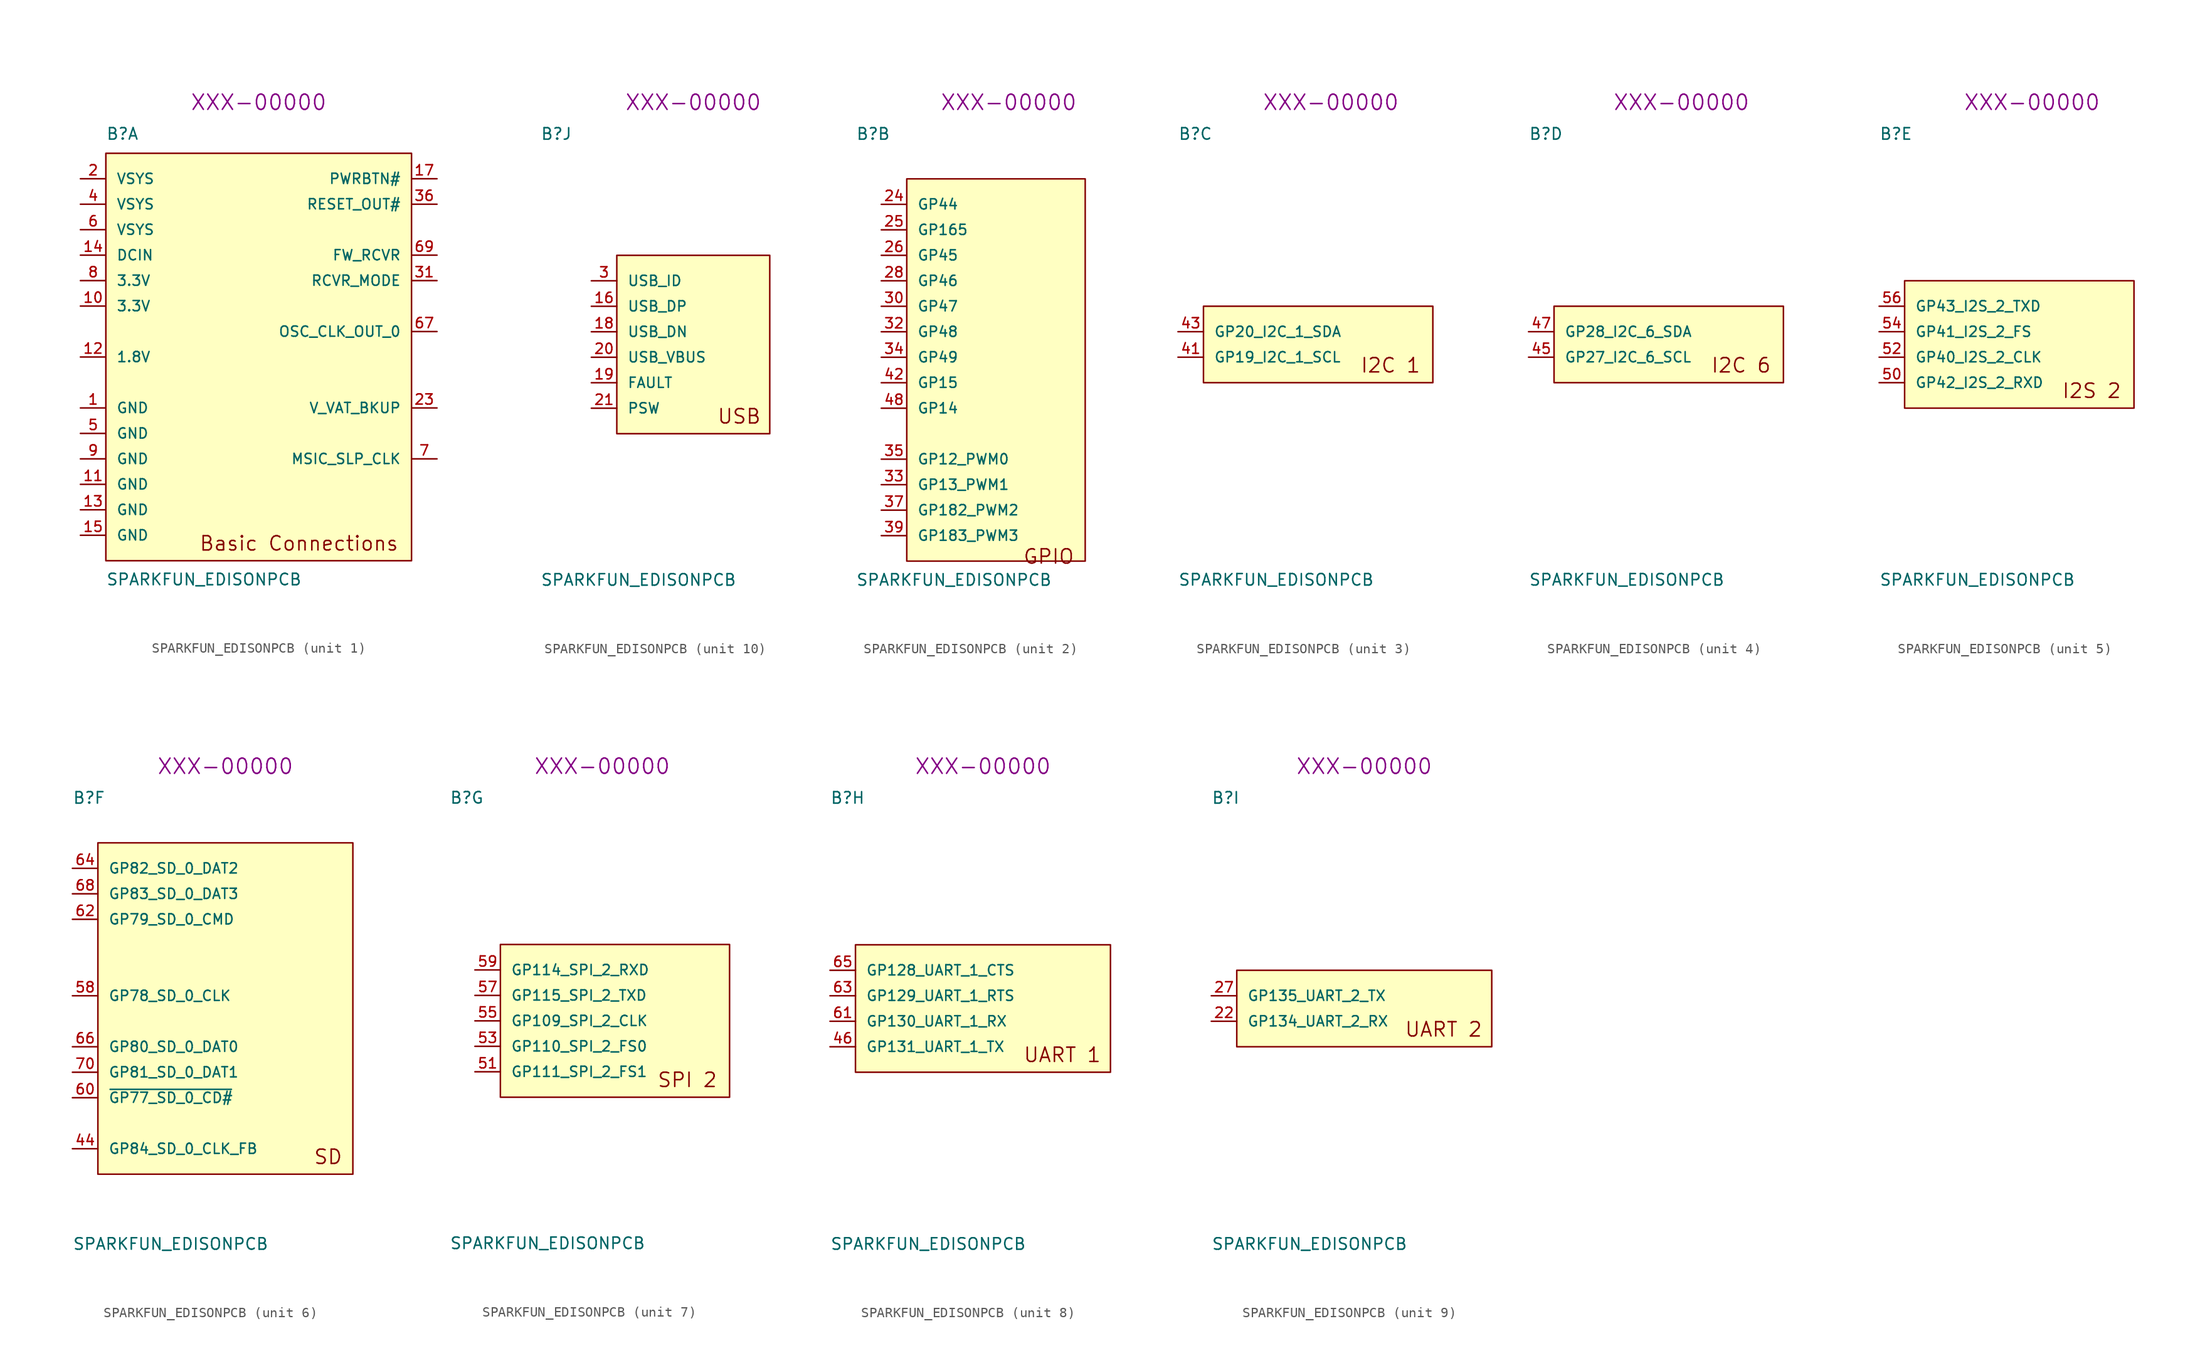
<source format=kicad_sym>
(kicad_symbol_lib
  (version 20211014)
  (generator kicad_symbol_editor)
  (symbol "SPARKFUN_EDISONPCB"
    (pin_names
      (offset 1.016))
    (property "Reference" "B"
      (at -15.24 21.59 0)
      (effects (font (size 1.143 1.143)) (justify left bottom)))
    (property "Value" "SPARKFUN_EDISONPCB"
      (at -15.24 -22.86 0)
      (effects (font (size 1.143 1.143)) (justify left bottom)))
    (property "Field4" "XXX-00000"
      (at 0 25.4 0)
      (effects (font (size 1.524 1.524))))
    (property "ki_locked" ""
      (at 0 0 0)
      (effects (font (size 1.27 1.27))))
    (symbol "SPARKFUN_EDISONPCB_1_0"
      (text "Basic Connections" (at 4.013 -18.593 0) (effects (font (size 1.422 1.422)))))
    (symbol "SPARKFUN_EDISONPCB_1_1"
      (polyline (pts (xy -15.24 20.32) (xy 15.24 20.32) (xy 15.24 -20.32) (xy -15.24 -20.32) (xy -15.24 20.32)) (stroke (width 0) (type default) (color 0 0 0 0)) (fill (type background)))
      (pin power_in line (at -17.78 -5.08 0) (length 2.54) (name "GND" (effects (font (size 1.016 1.016)))) (number "1" (effects (font (size 1.016 1.016)))))
      (pin power_in line (at -17.78 5.08 0) (length 2.54) (name "3.3V" (effects (font (size 1.016 1.016)))) (number "10" (effects (font (size 1.016 1.016)))))
      (pin power_in line (at -17.78 -12.7 0) (length 2.54) (name "GND" (effects (font (size 1.016 1.016)))) (number "11" (effects (font (size 1.016 1.016)))))
      (pin power_in line (at -17.78 0 0) (length 2.54) (name "1.8V" (effects (font (size 1.016 1.016)))) (number "12" (effects (font (size 1.016 1.016)))))
      (pin power_in line (at -17.78 -15.24 0) (length 2.54) (name "GND" (effects (font (size 1.016 1.016)))) (number "13" (effects (font (size 1.016 1.016)))))
      (pin power_in line (at -17.78 10.16 0) (length 2.54) (name "DCIN" (effects (font (size 1.016 1.016)))) (number "14" (effects (font (size 1.016 1.016)))))
      (pin power_in line (at -17.78 -17.78 0) (length 2.54) (name "GND" (effects (font (size 1.016 1.016)))) (number "15" (effects (font (size 1.016 1.016)))))
      (pin bidirectional line (at 17.78 17.78 180) (length 2.54) (name "PWRBTN#" (effects (font (size 1.016 1.016)))) (number "17" (effects (font (size 1.016 1.016)))))
      (pin power_in line (at -17.78 17.78 0) (length 2.54) (name "VSYS" (effects (font (size 1.016 1.016)))) (number "2" (effects (font (size 1.016 1.016)))))
      (pin power_in line (at 17.78 -5.08 180) (length 2.54) (name "V_VAT_BKUP" (effects (font (size 1.016 1.016)))) (number "23" (effects (font (size 1.016 1.016)))))
      (pin bidirectional line (at 17.78 7.62 180) (length 2.54) (name "RCVR_MODE" (effects (font (size 1.016 1.016)))) (number "31" (effects (font (size 1.016 1.016)))))
      (pin bidirectional line (at 17.78 15.24 180) (length 2.54) (name "RESET_OUT#" (effects (font (size 1.016 1.016)))) (number "36" (effects (font (size 1.016 1.016)))))
      (pin power_in line (at -17.78 15.24 0) (length 2.54) (name "VSYS" (effects (font (size 1.016 1.016)))) (number "4" (effects (font (size 1.016 1.016)))))
      (pin power_in line (at -17.78 -7.62 0) (length 2.54) (name "GND" (effects (font (size 1.016 1.016)))) (number "5" (effects (font (size 1.016 1.016)))))
      (pin power_in line (at -17.78 12.7 0) (length 2.54) (name "VSYS" (effects (font (size 1.016 1.016)))) (number "6" (effects (font (size 1.016 1.016)))))
      (pin bidirectional line (at 17.78 2.54 180) (length 2.54) (name "OSC_CLK_OUT_0" (effects (font (size 1.016 1.016)))) (number "67" (effects (font (size 1.016 1.016)))))
      (pin bidirectional line (at 17.78 10.16 180) (length 2.54) (name "FW_RCVR" (effects (font (size 1.016 1.016)))) (number "69" (effects (font (size 1.016 1.016)))))
      (pin bidirectional line (at 17.78 -10.16 180) (length 2.54) (name "MSIC_SLP_CLK" (effects (font (size 1.016 1.016)))) (number "7" (effects (font (size 1.016 1.016)))))
      (pin power_in line (at -17.78 7.62 0) (length 2.54) (name "3.3V" (effects (font (size 1.016 1.016)))) (number "8" (effects (font (size 1.016 1.016)))))
      (pin power_in line (at -17.78 -10.16 0) (length 2.54) (name "GND" (effects (font (size 1.016 1.016)))) (number "9" (effects (font (size 1.016 1.016))))))
    (symbol "SPARKFUN_EDISONPCB_2_0"
      (text "GPIO" (at 3.988 -19.863 0) (effects (font (size 1.422 1.422)))))
    (symbol "SPARKFUN_EDISONPCB_2_1"
      (polyline (pts (xy -10.16 17.78) (xy 7.62 17.78) (xy 7.62 -20.32) (xy -10.16 -20.32) (xy -10.16 17.78)) (stroke (width 0) (type default) (color 0 0 0 0)) (fill (type background)))
      (pin bidirectional line (at -12.7 15.24 0) (length 2.54) (name "GP44" (effects (font (size 1.016 1.016)))) (number "24" (effects (font (size 1.016 1.016)))))
      (pin bidirectional line (at -12.7 12.7 0) (length 2.54) (name "GP165" (effects (font (size 1.016 1.016)))) (number "25" (effects (font (size 1.016 1.016)))))
      (pin bidirectional line (at -12.7 10.16 0) (length 2.54) (name "GP45" (effects (font (size 1.016 1.016)))) (number "26" (effects (font (size 1.016 1.016)))))
      (pin bidirectional line (at -12.7 7.62 0) (length 2.54) (name "GP46" (effects (font (size 1.016 1.016)))) (number "28" (effects (font (size 1.016 1.016)))))
      (pin bidirectional line (at -12.7 5.08 0) (length 2.54) (name "GP47" (effects (font (size 1.016 1.016)))) (number "30" (effects (font (size 1.016 1.016)))))
      (pin bidirectional line (at -12.7 2.54 0) (length 2.54) (name "GP48" (effects (font (size 1.016 1.016)))) (number "32" (effects (font (size 1.016 1.016)))))
      (pin bidirectional line (at -12.7 -12.7 0) (length 2.54) (name "GP13_PWM1" (effects (font (size 1.016 1.016)))) (number "33" (effects (font (size 1.016 1.016)))))
      (pin bidirectional line (at -12.7 0 0) (length 2.54) (name "GP49" (effects (font (size 1.016 1.016)))) (number "34" (effects (font (size 1.016 1.016)))))
      (pin bidirectional line (at -12.7 -10.16 0) (length 2.54) (name "GP12_PWM0" (effects (font (size 1.016 1.016)))) (number "35" (effects (font (size 1.016 1.016)))))
      (pin bidirectional line (at -12.7 -15.24 0) (length 2.54) (name "GP182_PWM2" (effects (font (size 1.016 1.016)))) (number "37" (effects (font (size 1.016 1.016)))))
      (pin bidirectional line (at -12.7 -17.78 0) (length 2.54) (name "GP183_PWM3" (effects (font (size 1.016 1.016)))) (number "39" (effects (font (size 1.016 1.016)))))
      (pin bidirectional line (at -12.7 -2.54 0) (length 2.54) (name "GP15" (effects (font (size 1.016 1.016)))) (number "42" (effects (font (size 1.016 1.016)))))
      (pin bidirectional line (at -12.7 -5.08 0) (length 2.54) (name "GP14" (effects (font (size 1.016 1.016)))) (number "48" (effects (font (size 1.016 1.016))))))
    (symbol "SPARKFUN_EDISONPCB_3_0"
      (text "I2C 1" (at 5.944 -0.813 0) (effects (font (size 1.422 1.422)))))
    (symbol "SPARKFUN_EDISONPCB_3_1"
      (polyline (pts (xy -12.7 5.08) (xy 10.16 5.08) (xy 10.16 -2.54) (xy -12.7 -2.54) (xy -12.7 5.08)) (stroke (width 0) (type default) (color 0 0 0 0)) (fill (type background)))
      (pin bidirectional line (at -15.24 0 0) (length 2.54) (name "GP19_I2C_1_SCL" (effects (font (size 1.016 1.016)))) (number "41" (effects (font (size 1.016 1.016)))))
      (pin bidirectional line (at -15.24 2.54 0) (length 2.54) (name "GP20_I2C_1_SDA" (effects (font (size 1.016 1.016)))) (number "43" (effects (font (size 1.016 1.016))))))
    (symbol "SPARKFUN_EDISONPCB_4_0"
      (text "I2C 6" (at 5.944 -0.813 0) (effects (font (size 1.422 1.422)))))
    (symbol "SPARKFUN_EDISONPCB_4_1"
      (polyline (pts (xy -12.7 5.08) (xy 10.16 5.08) (xy 10.16 -2.54) (xy -12.7 -2.54) (xy -12.7 5.08)) (stroke (width 0) (type default) (color 0 0 0 0)) (fill (type background)))
      (pin bidirectional line (at -15.24 0 0) (length 2.54) (name "GP27_I2C_6_SCL" (effects (font (size 1.016 1.016)))) (number "45" (effects (font (size 1.016 1.016)))))
      (pin bidirectional line (at -15.24 2.54 0) (length 2.54) (name "GP28_I2C_6_SDA" (effects (font (size 1.016 1.016)))) (number "47" (effects (font (size 1.016 1.016))))))
    (symbol "SPARKFUN_EDISONPCB_5_0"
      (text "I2S 2" (at 5.944 -3.353 0) (effects (font (size 1.422 1.422)))))
    (symbol "SPARKFUN_EDISONPCB_5_1"
      (polyline (pts (xy -12.7 7.62) (xy 10.16 7.62) (xy 10.16 -5.08) (xy -12.7 -5.08) (xy -12.7 7.62)) (stroke (width 0) (type default) (color 0 0 0 0)) (fill (type background)))
      (pin bidirectional line (at -15.24 -2.54 0) (length 2.54) (name "GP42_I2S_2_RXD" (effects (font (size 1.016 1.016)))) (number "50" (effects (font (size 1.016 1.016)))))
      (pin bidirectional line (at -15.24 0 0) (length 2.54) (name "GP40_I2S_2_CLK" (effects (font (size 1.016 1.016)))) (number "52" (effects (font (size 1.016 1.016)))))
      (pin bidirectional line (at -15.24 2.54 0) (length 2.54) (name "GP41_I2S_2_FS" (effects (font (size 1.016 1.016)))) (number "54" (effects (font (size 1.016 1.016)))))
      (pin bidirectional line (at -15.24 5.08 0) (length 2.54) (name "GP43_I2S_2_TXD" (effects (font (size 1.016 1.016)))) (number "56" (effects (font (size 1.016 1.016))))))
    (symbol "SPARKFUN_EDISONPCB_6_0"
      (text "SD" (at 10.236 -13.513 0) (effects (font (size 1.422 1.422)))))
    (symbol "SPARKFUN_EDISONPCB_6_1"
      (polyline (pts (xy -12.7 17.78) (xy 12.7 17.78) (xy 12.7 -15.24) (xy -12.7 -15.24) (xy -12.7 17.78)) (stroke (width 0) (type default) (color 0 0 0 0)) (fill (type background)))
      (pin bidirectional line (at -15.24 -12.7 0) (length 2.54) (name "GP84_SD_0_CLK_FB" (effects (font (size 1.016 1.016)))) (number "44" (effects (font (size 1.016 1.016)))))
      (pin bidirectional line (at -15.24 2.54 0) (length 2.54) (name "GP78_SD_0_CLK" (effects (font (size 1.016 1.016)))) (number "58" (effects (font (size 1.016 1.016)))))
      (pin bidirectional line (at -15.24 -7.62 0) (length 2.54) (name "~{GP77_SD_0_CD#}" (effects (font (size 1.016 1.016)))) (number "60" (effects (font (size 1.016 1.016)))))
      (pin bidirectional line (at -15.24 10.16 0) (length 2.54) (name "GP79_SD_0_CMD" (effects (font (size 1.016 1.016)))) (number "62" (effects (font (size 1.016 1.016)))))
      (pin bidirectional line (at -15.24 15.24 0) (length 2.54) (name "GP82_SD_0_DAT2" (effects (font (size 1.016 1.016)))) (number "64" (effects (font (size 1.016 1.016)))))
      (pin bidirectional line (at -15.24 -2.54 0) (length 2.54) (name "GP80_SD_0_DAT0" (effects (font (size 1.016 1.016)))) (number "66" (effects (font (size 1.016 1.016)))))
      (pin bidirectional line (at -15.24 12.7 0) (length 2.54) (name "GP83_SD_0_DAT3" (effects (font (size 1.016 1.016)))) (number "68" (effects (font (size 1.016 1.016)))))
      (pin bidirectional line (at -15.24 -5.08 0) (length 2.54) (name "GP81_SD_0_DAT1" (effects (font (size 1.016 1.016)))) (number "70" (effects (font (size 1.016 1.016))))))
    (symbol "SPARKFUN_EDISONPCB_7_0"
      (text "SPI 2" (at 8.484 -5.893 0) (effects (font (size 1.422 1.422)))))
    (symbol "SPARKFUN_EDISONPCB_7_1"
      (polyline (pts (xy -10.16 7.62) (xy 12.7 7.62) (xy 12.7 -7.62) (xy -10.16 -7.62) (xy -10.16 7.62)) (stroke (width 0) (type default) (color 0 0 0 0)) (fill (type background)))
      (pin bidirectional line (at -12.7 -5.08 0) (length 2.54) (name "GP111_SPI_2_FS1" (effects (font (size 1.016 1.016)))) (number "51" (effects (font (size 1.016 1.016)))))
      (pin bidirectional line (at -12.7 -2.54 0) (length 2.54) (name "GP110_SPI_2_FS0" (effects (font (size 1.016 1.016)))) (number "53" (effects (font (size 1.016 1.016)))))
      (pin bidirectional line (at -12.7 0 0) (length 2.54) (name "GP109_SPI_2_CLK" (effects (font (size 1.016 1.016)))) (number "55" (effects (font (size 1.016 1.016)))))
      (pin bidirectional line (at -12.7 2.54 0) (length 2.54) (name "GP115_SPI_2_TXD" (effects (font (size 1.016 1.016)))) (number "57" (effects (font (size 1.016 1.016)))))
      (pin bidirectional line (at -12.7 5.08 0) (length 2.54) (name "GP114_SPI_2_RXD" (effects (font (size 1.016 1.016)))) (number "59" (effects (font (size 1.016 1.016))))))
    (symbol "SPARKFUN_EDISONPCB_8_0"
      (text "UART 1" (at 7.899 -3.353 0) (effects (font (size 1.422 1.422)))))
    (symbol "SPARKFUN_EDISONPCB_8_1"
      (polyline (pts (xy -12.7 7.62) (xy 12.7 7.62) (xy 12.7 -5.08) (xy -12.7 -5.08) (xy -12.7 7.62)) (stroke (width 0) (type default) (color 0 0 0 0)) (fill (type background)))
      (pin bidirectional line (at -15.24 -2.54 0) (length 2.54) (name "GP131_UART_1_TX" (effects (font (size 1.016 1.016)))) (number "46" (effects (font (size 1.016 1.016)))))
      (pin bidirectional line (at -15.24 0 0) (length 2.54) (name "GP130_UART_1_RX" (effects (font (size 1.016 1.016)))) (number "61" (effects (font (size 1.016 1.016)))))
      (pin bidirectional line (at -15.24 2.54 0) (length 2.54) (name "GP129_UART_1_RTS" (effects (font (size 1.016 1.016)))) (number "63" (effects (font (size 1.016 1.016)))))
      (pin bidirectional line (at -15.24 5.08 0) (length 2.54) (name "GP128_UART_1_CTS" (effects (font (size 1.016 1.016)))) (number "65" (effects (font (size 1.016 1.016))))))
    (symbol "SPARKFUN_EDISONPCB_9_0"
      (text "UART 2" (at 7.899 -0.813 0) (effects (font (size 1.422 1.422)))))
    (symbol "SPARKFUN_EDISONPCB_9_1"
      (polyline (pts (xy -12.7 5.08) (xy 12.7 5.08) (xy 12.7 -2.54) (xy -12.7 -2.54) (xy -12.7 5.08)) (stroke (width 0) (type default) (color 0 0 0 0)) (fill (type background)))
      (pin bidirectional line (at -15.24 0 0) (length 2.54) (name "GP134_UART_2_RX" (effects (font (size 1.016 1.016)))) (number "22" (effects (font (size 1.016 1.016)))))
      (pin bidirectional line (at -15.24 2.54 0) (length 2.54) (name "GP135_UART_2_TX" (effects (font (size 1.016 1.016)))) (number "27" (effects (font (size 1.016 1.016))))))
    (symbol "SPARKFUN_EDISONPCB_10_0"
      (text "USB" (at 4.572 -5.893 0) (effects (font (size 1.422 1.422)))))
    (symbol "SPARKFUN_EDISONPCB_10_1"
      (polyline (pts (xy -7.62 10.16) (xy 7.62 10.16) (xy 7.62 -7.62) (xy -7.62 -7.62) (xy -7.62 10.16)) (stroke (width 0) (type default) (color 0 0 0 0)) (fill (type background)))
      (pin bidirectional line (at -10.16 5.08 0) (length 2.54) (name "USB_DP" (effects (font (size 1.016 1.016)))) (number "16" (effects (font (size 1.016 1.016)))))
      (pin bidirectional line (at -10.16 2.54 0) (length 2.54) (name "USB_DN" (effects (font (size 1.016 1.016)))) (number "18" (effects (font (size 1.016 1.016)))))
      (pin bidirectional line (at -10.16 -2.54 0) (length 2.54) (name "FAULT" (effects (font (size 1.016 1.016)))) (number "19" (effects (font (size 1.016 1.016)))))
      (pin bidirectional line (at -10.16 0 0) (length 2.54) (name "USB_VBUS" (effects (font (size 1.016 1.016)))) (number "20" (effects (font (size 1.016 1.016)))))
      (pin bidirectional line (at -10.16 -5.08 0) (length 2.54) (name "PSW" (effects (font (size 1.016 1.016)))) (number "21" (effects (font (size 1.016 1.016)))))
      (pin bidirectional line (at -10.16 7.62 0) (length 2.54) (name "USB_ID" (effects (font (size 1.016 1.016)))) (number "3" (effects (font (size 1.016 1.016))))))))
</source>
